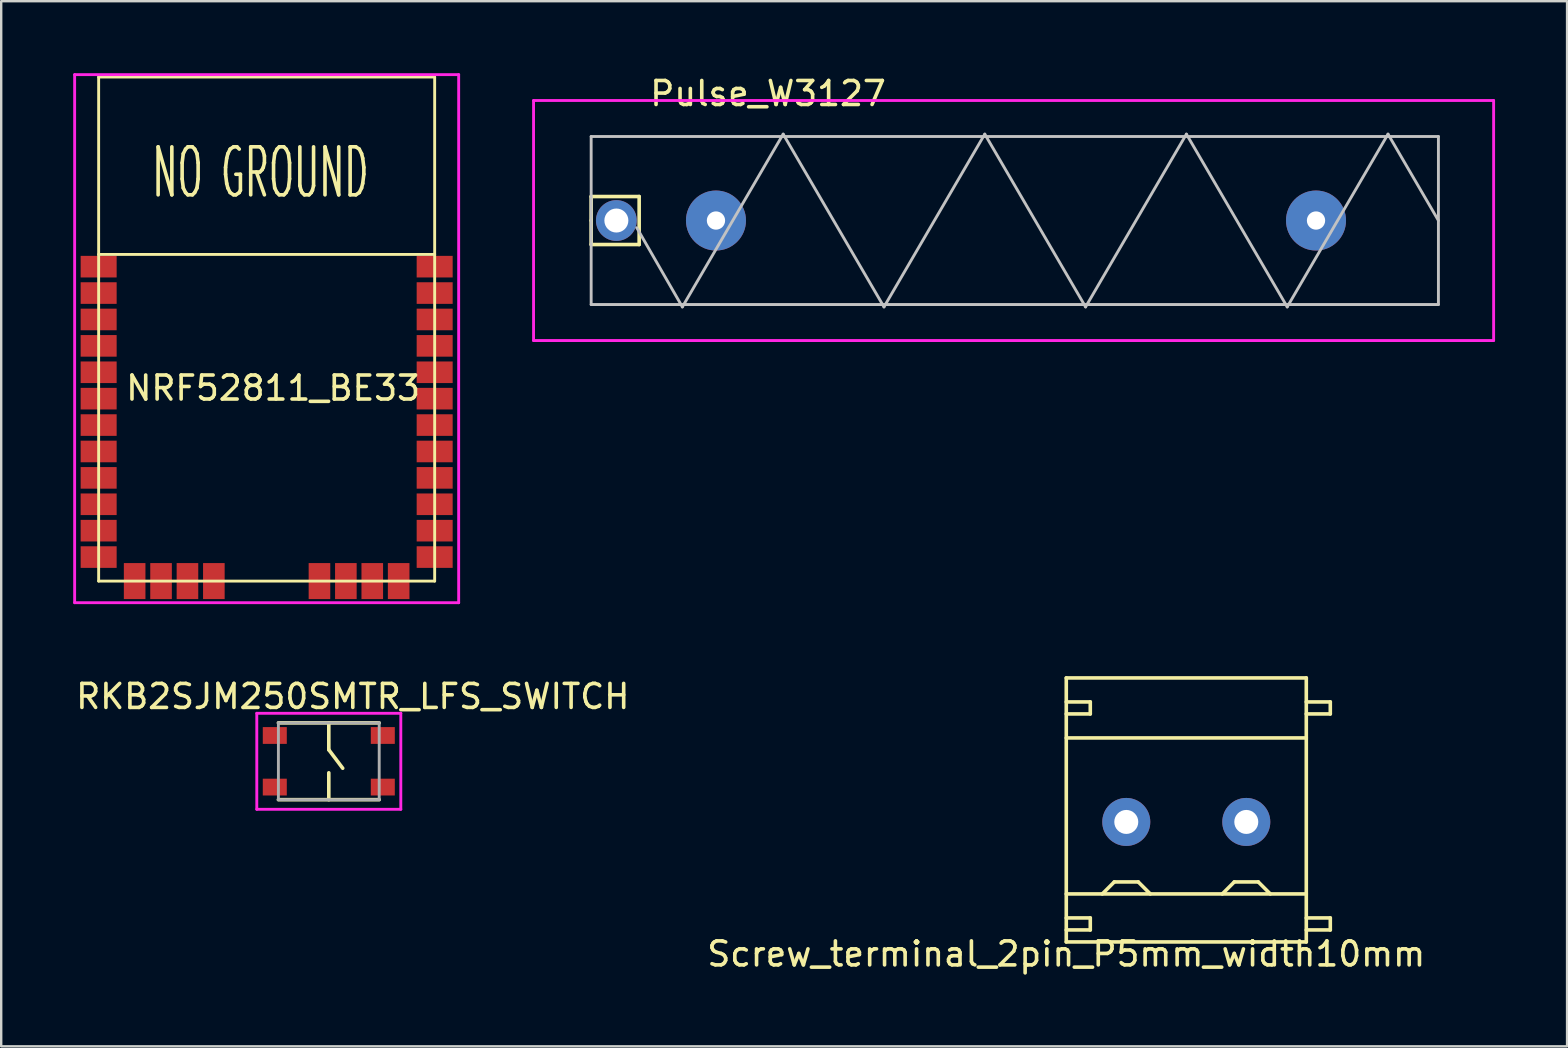
<source format=kicad_pcb>
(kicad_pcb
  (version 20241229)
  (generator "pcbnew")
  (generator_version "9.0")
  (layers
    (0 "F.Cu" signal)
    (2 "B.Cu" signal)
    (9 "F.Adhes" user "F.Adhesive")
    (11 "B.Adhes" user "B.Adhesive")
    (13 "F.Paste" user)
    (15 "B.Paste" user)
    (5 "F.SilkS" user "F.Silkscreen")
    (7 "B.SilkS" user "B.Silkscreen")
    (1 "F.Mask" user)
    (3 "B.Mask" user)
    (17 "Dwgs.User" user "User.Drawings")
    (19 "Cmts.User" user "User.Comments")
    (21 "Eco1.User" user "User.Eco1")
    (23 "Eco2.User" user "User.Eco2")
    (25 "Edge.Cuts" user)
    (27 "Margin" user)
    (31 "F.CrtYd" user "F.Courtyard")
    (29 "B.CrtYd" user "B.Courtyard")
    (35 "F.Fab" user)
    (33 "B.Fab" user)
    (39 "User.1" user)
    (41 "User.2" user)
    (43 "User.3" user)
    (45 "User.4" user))
  (footprint "RKB2SJM250SMTR_LFS_SWITCH"
    (layer "F.Cu")
    (at 10.649 28.668)
    (property "Reference" "RKB2SJM250SMTR_LFS_SWITCH" (at 1 -2.7 0) (layer "F.SilkS") (effects (font (size 1 1) (thickness 0.15))))
    (attr through_hole)
    (fp_line (start -2.1 -1.6) (end 2.1 -1.6) (stroke (width 0.15) (type solid)) (layer "F.SilkS"))
    (fp_line (start -2.1 1.6) (end 2.1 1.6) (stroke (width 0.15) (type solid)) (layer "F.SilkS"))
    (fp_line (start 0 -1.6) (end 0 -0.48) (stroke (width 0.15) (type solid)) (layer "F.SilkS"))
    (fp_line (start 0 -0.48) (end 0.58 0.29) (stroke (width 0.15) (type solid)) (layer "F.SilkS"))
    (fp_line (start 0 0.48) (end 0 1.6) (stroke (width 0.15) (type solid)) (layer "F.SilkS"))
    (fp_line (start -3 -2) (end 3 -2) (stroke (width 0.12) (type solid)) (layer "F.CrtYd"))
    (fp_line (start -3 2) (end -3 -2) (stroke (width 0.12) (type solid)) (layer "F.CrtYd"))
    (fp_line (start 3 -2) (end 3 2) (stroke (width 0.12) (type solid)) (layer "F.CrtYd"))
    (fp_line (start 3 2) (end -3 2) (stroke (width 0.12) (type solid)) (layer "F.CrtYd"))
    (fp_line (start -2.1 -1.6) (end 2.1 -1.6) (stroke (width 0.12) (type solid)) (layer "F.Fab"))
    (fp_line (start -2.1 1.6) (end -2.1 -1.6) (stroke (width 0.12) (type solid)) (layer "F.Fab"))
    (fp_line (start 2.1 -1.6) (end 2.1 1.6) (stroke (width 0.12) (type solid)) (layer "F.Fab"))
    (fp_line (start 2.1 1.6) (end -2.1 1.6) (stroke (width 0.12) (type solid)) (layer "F.Fab"))
    (pad "1" smd rect (at -2.25 -1.075) (size 1 0.7) (layers "F.Cu" "F.Mask" "F.Paste"))
    (pad "2" smd rect (at 2.25 -1.075) (size 1 0.7) (layers "F.Cu" "F.Mask" "F.Paste"))
    (pad "3" smd rect (at -2.25 1.075) (size 1 0.7) (layers "F.Cu" "F.Mask" "F.Paste"))
    (pad "4" smd rect (at 2.25 1.075) (size 1 0.7) (layers "F.Cu" "F.Mask" "F.Paste")))
  (footprint "NRF52811_BE33"
    (layer "F.Cu")
    (at 1.06 8.06)
    (property "Reference" "NRF52811_BE33" (at 7.27 5.06 0) (layer "F.SilkS") (effects (font (size 1 1) (thickness 0.15))))
    (attr through_hole)
    (fp_line (start 0 -7.9) (end 14 -7.9) (stroke (width 0.12) (type solid)) (layer "F.SilkS"))
    (fp_line (start 0 -0.51) (end 14 -0.51) (stroke (width 0.12) (type solid)) (layer "F.SilkS"))
    (fp_line (start 0 13.1) (end 0 -7.9) (stroke (width 0.12) (type solid)) (layer "F.SilkS"))
    (fp_line (start 14 -7.9) (end 14 13.1) (stroke (width 0.12) (type solid)) (layer "F.SilkS"))
    (fp_line (start 14 13.1) (end 0 13.1) (stroke (width 0.12) (type solid)) (layer "F.SilkS"))
    (fp_line (start -1 -8) (end -1 14) (stroke (width 0.12) (type solid)) (layer "F.CrtYd"))
    (fp_line (start -1 14) (end 15 14) (stroke (width 0.12) (type solid)) (layer "F.CrtYd"))
    (fp_line (start 15 -8) (end -1 -8) (stroke (width 0.12) (type solid)) (layer "F.CrtYd"))
    (fp_line (start 15 14) (end 15 -8) (stroke (width 0.12) (type solid)) (layer "F.CrtYd"))
    (fp_text user "NO GROUND" (at 6.74 -3.91 0) (layer "F.SilkS") (effects (font (size 2 1) (thickness 0.15))))
    (pad "1" smd rect (at 0 0 180) (size 1.5 0.9) (layers "F.Cu" "F.Mask" "F.Paste"))
    (pad "2" smd rect (at 0 1.1 180) (size 1.5 0.9) (layers "F.Cu" "F.Mask" "F.Paste"))
    (pad "3" smd rect (at 0 2.2 180) (size 1.5 0.9) (layers "F.Cu" "F.Mask" "F.Paste"))
    (pad "4" smd rect (at 0 3.3 180) (size 1.5 0.9) (layers "F.Cu" "F.Mask" "F.Paste"))
    (pad "5" smd rect (at 0 4.4 180) (size 1.5 0.9) (layers "F.Cu" "F.Mask" "F.Paste"))
    (pad "6" smd rect (at 0 5.5 180) (size 1.5 0.9) (layers "F.Cu" "F.Mask" "F.Paste"))
    (pad "7" smd rect (at 0 6.6 180) (size 1.5 0.9) (layers "F.Cu" "F.Mask" "F.Paste"))
    (pad "8" smd rect (at 0 7.7 180) (size 1.5 0.9) (layers "F.Cu" "F.Mask" "F.Paste"))
    (pad "9" smd rect (at 0 8.8 180) (size 1.5 0.9) (layers "F.Cu" "F.Mask" "F.Paste"))
    (pad "10" smd rect (at 0 9.9 180) (size 1.5 0.9) (layers "F.Cu" "F.Mask" "F.Paste"))
    (pad "11" smd rect (at 0 11 180) (size 1.5 0.9) (layers "F.Cu" "F.Mask" "F.Paste"))
    (pad "12" smd rect (at 0 12.1 180) (size 1.5 0.9) (layers "F.Cu" "F.Mask" "F.Paste"))
    (pad "13" smd rect (at 1.5 13.1 90) (size 1.5 0.9) (layers "F.Cu" "F.Mask" "F.Paste"))
    (pad "14" smd rect (at 2.6 13.1 90) (size 1.5 0.9) (layers "F.Cu" "F.Mask" "F.Paste"))
    (pad "15" smd rect (at 3.7 13.1 90) (size 1.5 0.9) (layers "F.Cu" "F.Mask" "F.Paste"))
    (pad "16" smd rect (at 4.8 13.1 90) (size 1.5 0.9) (layers "F.Cu" "F.Mask" "F.Paste"))
    (pad "17" smd rect (at 9.2 13.1 90) (size 1.5 0.9) (layers "F.Cu" "F.Mask" "F.Paste"))
    (pad "18" smd rect (at 10.3 13.1 90) (size 1.5 0.9) (layers "F.Cu" "F.Mask" "F.Paste"))
    (pad "19" smd rect (at 11.4 13.1 90) (size 1.5 0.9) (layers "F.Cu" "F.Mask" "F.Paste"))
    (pad "20" smd rect (at 12.5 13.1 90) (size 1.5 0.9) (layers "F.Cu" "F.Mask" "F.Paste"))
    (pad "21" smd rect (at 14 12.1) (size 1.5 0.9) (layers "F.Cu" "F.Mask" "F.Paste"))
    (pad "22" smd rect (at 14 11) (size 1.5 0.9) (layers "F.Cu" "F.Mask" "F.Paste"))
    (pad "23" smd rect (at 14 9.9) (size 1.5 0.9) (layers "F.Cu" "F.Mask" "F.Paste"))
    (pad "24" smd rect (at 14 8.8) (size 1.5 0.9) (layers "F.Cu" "F.Mask" "F.Paste"))
    (pad "25" smd rect (at 14 7.7) (size 1.5 0.9) (layers "F.Cu" "F.Mask" "F.Paste"))
    (pad "26" smd rect (at 14 6.6) (size 1.5 0.9) (layers "F.Cu" "F.Mask" "F.Paste"))
    (pad "27" smd rect (at 14 5.5) (size 1.5 0.9) (layers "F.Cu" "F.Mask" "F.Paste"))
    (pad "28" smd rect (at 14 4.4) (size 1.5 0.9) (layers "F.Cu" "F.Mask" "F.Paste"))
    (pad "29" smd rect (at 14 3.3) (size 1.5 0.9) (layers "F.Cu" "F.Mask" "F.Paste"))
    (pad "30" smd rect (at 14 2.2) (size 1.5 0.9) (layers "F.Cu" "F.Mask" "F.Paste"))
    (pad "31" smd rect (at 14 1.1) (size 1.5 0.9) (layers "F.Cu" "F.Mask" "F.Paste"))
    (pad "32" smd rect (at 14 0) (size 1.5 0.9) (layers "F.Cu" "F.Mask" "F.Paste")))
  (footprint "Screw_terminal_2pin_P5mm_width10mm"
    (layer "F.Cu")
    (at 41.375 36.195)
    (property "Reference" "Screw_terminal_2pin_P5mm_width10mm" (at 0 0.5 0) (layer "F.SilkS") (effects (font (size 1 1) (thickness 0.15))))
    (attr through_hole)
    (fp_line (start 0 -11) (end 10 -11) (stroke (width 0.15) (type solid)) (layer "F.SilkS"))
    (fp_line (start 0 -10) (end 1 -10) (stroke (width 0.15) (type solid)) (layer "F.SilkS"))
    (fp_line (start 0 -8.5) (end 10 -8.5) (stroke (width 0.15) (type solid)) (layer "F.SilkS"))
    (fp_line (start 0 -2) (end 10 -2) (stroke (width 0.15) (type solid)) (layer "F.SilkS"))
    (fp_line (start 0 -1) (end 1 -1) (stroke (width 0.15) (type solid)) (layer "F.SilkS"))
    (fp_line (start 0 0) (end 0 -11) (stroke (width 0.15) (type solid)) (layer "F.SilkS"))
    (fp_line (start 1 -10) (end 1 -9.5) (stroke (width 0.15) (type solid)) (layer "F.SilkS"))
    (fp_line (start 1 -9.5) (end 0 -9.5) (stroke (width 0.15) (type solid)) (layer "F.SilkS"))
    (fp_line (start 1 -1) (end 1 -0.5) (stroke (width 0.15) (type solid)) (layer "F.SilkS"))
    (fp_line (start 1 -0.5) (end 0 -0.5) (stroke (width 0.15) (type solid)) (layer "F.SilkS"))
    (fp_line (start 1.5 -2) (end 2 -2.5) (stroke (width 0.15) (type solid)) (layer "F.SilkS"))
    (fp_line (start 2 -2.5) (end 3 -2.5) (stroke (width 0.15) (type solid)) (layer "F.SilkS"))
    (fp_line (start 3 -2.5) (end 3.5 -2) (stroke (width 0.15) (type solid)) (layer "F.SilkS"))
    (fp_line (start 6.5 -2) (end 7 -2.5) (stroke (width 0.15) (type solid)) (layer "F.SilkS"))
    (fp_line (start 7 -2.5) (end 8 -2.5) (stroke (width 0.15) (type solid)) (layer "F.SilkS"))
    (fp_line (start 8 -2.5) (end 8.5 -2) (stroke (width 0.15) (type solid)) (layer "F.SilkS"))
    (fp_line (start 10 -11) (end 10 0) (stroke (width 0.15) (type solid)) (layer "F.SilkS"))
    (fp_line (start 10 -10) (end 11 -10) (stroke (width 0.15) (type solid)) (layer "F.SilkS"))
    (fp_line (start 10 -1) (end 11 -1) (stroke (width 0.15) (type solid)) (layer "F.SilkS"))
    (fp_line (start 10 0) (end 0 0) (stroke (width 0.15) (type solid)) (layer "F.SilkS"))
    (fp_line (start 11 -10) (end 11 -9.5) (stroke (width 0.15) (type solid)) (layer "F.SilkS"))
    (fp_line (start 11 -9.5) (end 10 -9.5) (stroke (width 0.15) (type solid)) (layer "F.SilkS"))
    (fp_line (start 11 -1) (end 11 -0.5) (stroke (width 0.15) (type solid)) (layer "F.SilkS"))
    (fp_line (start 11 -0.5) (end 10 -0.5) (stroke (width 0.15) (type solid)) (layer "F.SilkS"))
    (pad "1" thru_hole circle (at 2.5 -5) (size 2 2) (drill 1) (layers "*.Cu" "*.Mask"))
    (pad "2" thru_hole circle (at 7.5 -5) (size 2 2) (drill 1) (layers "*.Cu" "*.Mask")))
  (footprint "Pulse_W3127"
    (layer "F.Cu")
    (at 26.78 6.138)
    (property "Reference" "Pulse_W3127" (at 2.17 -5.29 0) (layer "F.SilkS") (effects (font (size 1 1) (thickness 0.15))))
    (attr through_hole)
    (fp_line (start -5.2 -1) (end -3.2 -1) (stroke (width 0.15) (type solid)) (layer "F.SilkS"))
    (fp_line (start -5.2 0) (end -5.2 -1) (stroke (width 0.15) (type solid)) (layer "F.SilkS"))
    (fp_line (start -5.2 1) (end -5.2 0) (stroke (width 0.15) (type solid)) (layer "F.SilkS"))
    (fp_line (start -3.2 -1) (end -3.2 1) (stroke (width 0.15) (type solid)) (layer "F.SilkS"))
    (fp_line (start -3.2 1) (end -5.2 1) (stroke (width 0.15) (type solid)) (layer "F.SilkS"))
    (fp_line (start -5.2 -3.5) (end 30.1 -3.5) (stroke (width 0.12) (type solid)) (layer "Dwgs.User"))
    (fp_line (start -5.2 3.5) (end -5.2 -3.5) (stroke (width 0.12) (type solid)) (layer "Dwgs.User"))
    (fp_line (start -1.4 3.6) (end -3.3 0.3) (stroke (width 0.12) (type solid)) (layer "Dwgs.User"))
    (fp_line (start 2.8 -3.6) (end -1.4 3.6) (stroke (width 0.12) (type solid)) (layer "Dwgs.User"))
    (fp_line (start 7 3.6) (end 2.8 -3.6) (stroke (width 0.12) (type solid)) (layer "Dwgs.User"))
    (fp_line (start 11.2 -3.6) (end 7 3.6) (stroke (width 0.12) (type solid)) (layer "Dwgs.User"))
    (fp_line (start 15.4 3.6) (end 11.2 -3.6) (stroke (width 0.12) (type solid)) (layer "Dwgs.User"))
    (fp_line (start 19.6 -3.6) (end 15.4 3.6) (stroke (width 0.12) (type solid)) (layer "Dwgs.User"))
    (fp_line (start 23.8 3.6) (end 19.6 -3.6) (stroke (width 0.12) (type solid)) (layer "Dwgs.User"))
    (fp_line (start 28 -3.6) (end 23.8 3.6) (stroke (width 0.12) (type solid)) (layer "Dwgs.User"))
    (fp_line (start 30.1 -3.5) (end 30.1 3.5) (stroke (width 0.12) (type solid)) (layer "Dwgs.User"))
    (fp_line (start 30.1 0) (end 28 -3.6) (stroke (width 0.12) (type solid)) (layer "Dwgs.User"))
    (fp_line (start 30.1 3.5) (end -5.2 3.5) (stroke (width 0.12) (type solid)) (layer "Dwgs.User"))
    (fp_line (start -7.6 -5) (end 32.4 -5) (stroke (width 0.12) (type solid)) (layer "F.CrtYd"))
    (fp_line (start -7.6 5) (end -7.6 -5) (stroke (width 0.12) (type solid)) (layer "F.CrtYd"))
    (fp_line (start 32.4 -5) (end 32.4 5) (stroke (width 0.12) (type solid)) (layer "F.CrtYd"))
    (fp_line (start 32.4 5) (end -7.6 5) (stroke (width 0.12) (type solid)) (layer "F.CrtYd"))
    (pad "" np_thru_hole circle (at 0 0) (size 2.5 2.5) (drill 0.762) (layers "*.Cu" "*.Mask"))
    (pad "" np_thru_hole circle (at 25 0) (size 2.5 2.5) (drill 0.762) (layers "*.Cu" "*.Mask"))
    (pad "1" thru_hole circle (at -4.15 0) (size 1.7 1.7) (drill 1) (layers "*.Cu" "*.Mask")))
  (gr_rect
    (start -3 -3)
    (end 62.24 40.543)
    (stroke (width 0.1) (type default))
    (fill no)
    (layer "Edge.Cuts")))
</source>
